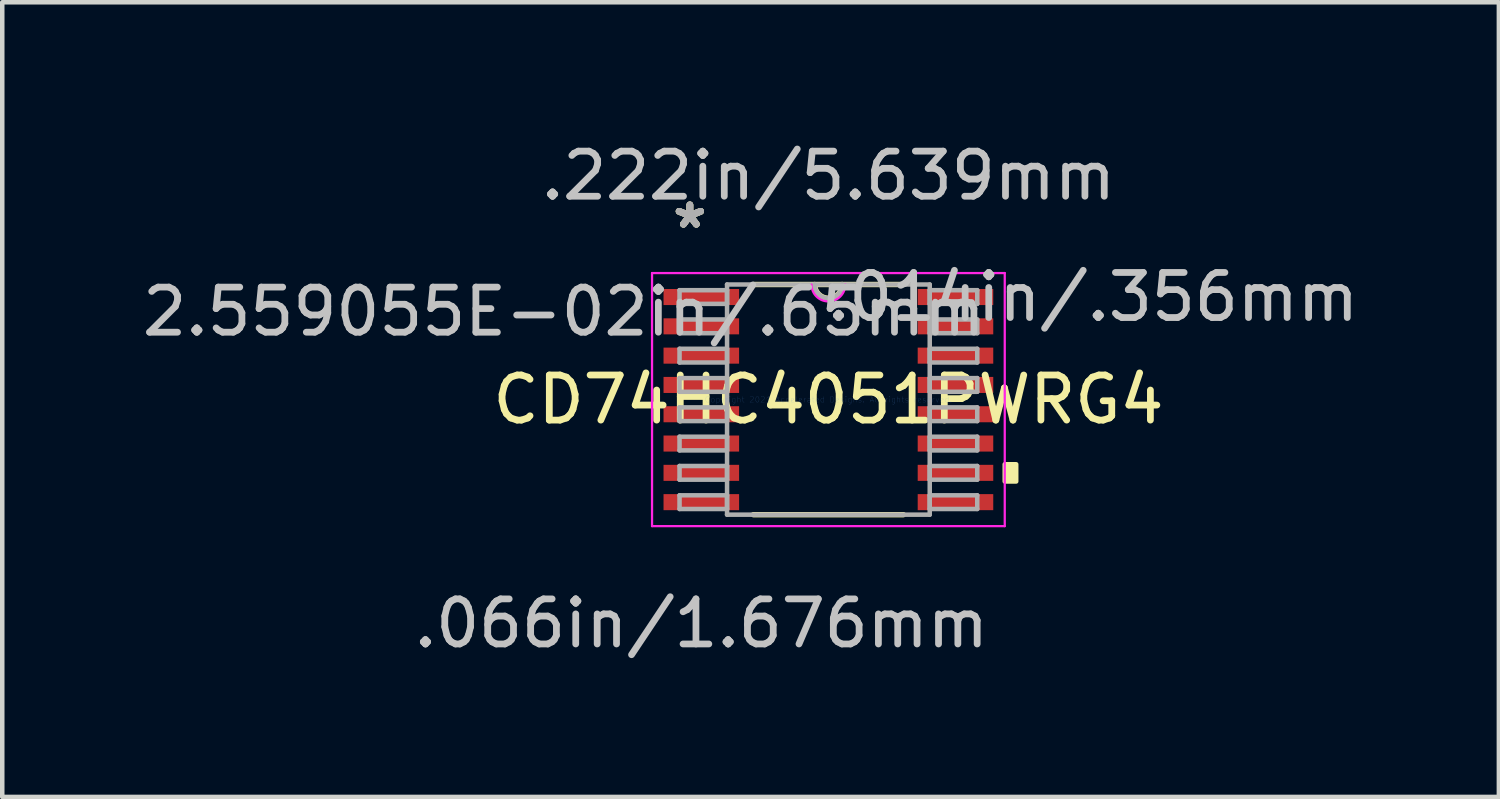
<source format=kicad_pcb>
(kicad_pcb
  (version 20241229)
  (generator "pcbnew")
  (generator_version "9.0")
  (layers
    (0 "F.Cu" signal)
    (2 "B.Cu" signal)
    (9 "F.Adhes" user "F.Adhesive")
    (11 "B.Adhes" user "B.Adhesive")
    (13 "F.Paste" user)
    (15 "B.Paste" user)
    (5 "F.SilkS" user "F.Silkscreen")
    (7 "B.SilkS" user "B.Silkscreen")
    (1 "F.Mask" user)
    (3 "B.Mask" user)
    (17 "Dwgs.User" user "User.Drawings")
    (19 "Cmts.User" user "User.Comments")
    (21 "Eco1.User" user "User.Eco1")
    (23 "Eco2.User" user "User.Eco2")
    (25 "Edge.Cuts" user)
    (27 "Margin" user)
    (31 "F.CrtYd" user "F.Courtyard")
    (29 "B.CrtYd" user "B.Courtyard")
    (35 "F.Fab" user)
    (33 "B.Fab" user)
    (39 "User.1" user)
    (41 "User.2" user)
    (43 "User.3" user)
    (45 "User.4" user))
  (footprint "CD74HC4051PWRG4"
    (layer "F.Cu")
    (at 15.326 5.814)
    (property "Reference" "CD74HC4051PWRG4" (at 0 0 0) (layer "F.SilkS") (effects (font (size 1 1) (thickness 0.15))))
    (attr through_hole)
    (fp_line (start -1.664 2.553) (end 1.664 2.553) (stroke (width 0.12) (type solid)) (layer "F.SilkS"))
    (fp_line (start 1.664 -2.553) (end -1.664 -2.553) (stroke (width 0.12) (type solid)) (layer "F.SilkS"))
    (fp_arc (start 0.3048 -2.5527) (mid 0 -2.2479) (end -0.3048 -2.5527) (stroke (width 0.12) (type solid)) (layer "F.SilkS"))
    (fp_poly (pts (xy 4.166 1.435) (xy 4.166 1.816) (xy 3.912 1.816) (xy 3.912 1.435)) (stroke (width 0.1) (type solid)) (fill yes) (layer "F.SilkS"))
    (fp_line (start -3.912 -2.807) (end 3.912 -2.807) (stroke (width 0.05) (type solid)) (layer "F.CrtYd"))
    (fp_line (start -3.912 2.807) (end -3.912 -2.807) (stroke (width 0.05) (type solid)) (layer "F.CrtYd"))
    (fp_line (start 3.912 -2.807) (end 3.912 2.807) (stroke (width 0.05) (type solid)) (layer "F.CrtYd"))
    (fp_line (start 3.912 2.807) (end -3.912 2.807) (stroke (width 0.05) (type solid)) (layer "F.CrtYd"))
    (fp_arc (start 0.37465 -2.5527) (mid 0 -2.17805) (end -0.37465 -2.5527) (stroke (width 0.05) (type solid)) (layer "F.CrtYd"))
    (fp_line (start -3.302 -2.427) (end -3.302 -2.123) (stroke (width 0.1) (type solid)) (layer "F.Fab"))
    (fp_line (start -3.302 -2.123) (end -2.248 -2.123) (stroke (width 0.1) (type solid)) (layer "F.Fab"))
    (fp_line (start -3.302 -1.777) (end -3.302 -1.473) (stroke (width 0.1) (type solid)) (layer "F.Fab"))
    (fp_line (start -3.302 -1.473) (end -2.248 -1.473) (stroke (width 0.1) (type solid)) (layer "F.Fab"))
    (fp_line (start -3.302 -1.127) (end -3.302 -0.823) (stroke (width 0.1) (type solid)) (layer "F.Fab"))
    (fp_line (start -3.302 -0.823) (end -2.248 -0.823) (stroke (width 0.1) (type solid)) (layer "F.Fab"))
    (fp_line (start -3.302 -0.477) (end -3.302 -0.173) (stroke (width 0.1) (type solid)) (layer "F.Fab"))
    (fp_line (start -3.302 -0.173) (end -2.248 -0.173) (stroke (width 0.1) (type solid)) (layer "F.Fab"))
    (fp_line (start -3.302 0.173) (end -3.302 0.477) (stroke (width 0.1) (type solid)) (layer "F.Fab"))
    (fp_line (start -3.302 0.477) (end -2.248 0.477) (stroke (width 0.1) (type solid)) (layer "F.Fab"))
    (fp_line (start -3.302 0.823) (end -3.302 1.127) (stroke (width 0.1) (type solid)) (layer "F.Fab"))
    (fp_line (start -3.302 1.127) (end -2.248 1.127) (stroke (width 0.1) (type solid)) (layer "F.Fab"))
    (fp_line (start -3.302 1.473) (end -3.302 1.777) (stroke (width 0.1) (type solid)) (layer "F.Fab"))
    (fp_line (start -3.302 1.777) (end -2.248 1.777) (stroke (width 0.1) (type solid)) (layer "F.Fab"))
    (fp_line (start -3.302 2.123) (end -3.302 2.427) (stroke (width 0.1) (type solid)) (layer "F.Fab"))
    (fp_line (start -3.302 2.427) (end -2.248 2.427) (stroke (width 0.1) (type solid)) (layer "F.Fab"))
    (fp_line (start -2.248 -2.553) (end -2.248 2.553) (stroke (width 0.1) (type solid)) (layer "F.Fab"))
    (fp_line (start -2.248 -2.427) (end -3.302 -2.427) (stroke (width 0.1) (type solid)) (layer "F.Fab"))
    (fp_line (start -2.248 -2.123) (end -2.248 -2.427) (stroke (width 0.1) (type solid)) (layer "F.Fab"))
    (fp_line (start -2.248 -1.777) (end -3.302 -1.777) (stroke (width 0.1) (type solid)) (layer "F.Fab"))
    (fp_line (start -2.248 -1.473) (end -2.248 -1.777) (stroke (width 0.1) (type solid)) (layer "F.Fab"))
    (fp_line (start -2.248 -1.127) (end -3.302 -1.127) (stroke (width 0.1) (type solid)) (layer "F.Fab"))
    (fp_line (start -2.248 -0.823) (end -2.248 -1.127) (stroke (width 0.1) (type solid)) (layer "F.Fab"))
    (fp_line (start -2.248 -0.477) (end -3.302 -0.477) (stroke (width 0.1) (type solid)) (layer "F.Fab"))
    (fp_line (start -2.248 -0.173) (end -2.248 -0.477) (stroke (width 0.1) (type solid)) (layer "F.Fab"))
    (fp_line (start -2.248 0.173) (end -3.302 0.173) (stroke (width 0.1) (type solid)) (layer "F.Fab"))
    (fp_line (start -2.248 0.477) (end -2.248 0.173) (stroke (width 0.1) (type solid)) (layer "F.Fab"))
    (fp_line (start -2.248 0.823) (end -3.302 0.823) (stroke (width 0.1) (type solid)) (layer "F.Fab"))
    (fp_line (start -2.248 1.127) (end -2.248 0.823) (stroke (width 0.1) (type solid)) (layer "F.Fab"))
    (fp_line (start -2.248 1.473) (end -3.302 1.473) (stroke (width 0.1) (type solid)) (layer "F.Fab"))
    (fp_line (start -2.248 1.777) (end -2.248 1.473) (stroke (width 0.1) (type solid)) (layer "F.Fab"))
    (fp_line (start -2.248 2.123) (end -3.302 2.123) (stroke (width 0.1) (type solid)) (layer "F.Fab"))
    (fp_line (start -2.248 2.427) (end -2.248 2.123) (stroke (width 0.1) (type solid)) (layer "F.Fab"))
    (fp_line (start -2.248 2.553) (end 2.248 2.553) (stroke (width 0.1) (type solid)) (layer "F.Fab"))
    (fp_line (start 2.248 -2.553) (end -2.248 -2.553) (stroke (width 0.1) (type solid)) (layer "F.Fab"))
    (fp_line (start 2.248 -2.427) (end 2.248 -2.123) (stroke (width 0.1) (type solid)) (layer "F.Fab"))
    (fp_line (start 2.248 -2.123) (end 3.302 -2.123) (stroke (width 0.1) (type solid)) (layer "F.Fab"))
    (fp_line (start 2.248 -1.777) (end 2.248 -1.473) (stroke (width 0.1) (type solid)) (layer "F.Fab"))
    (fp_line (start 2.248 -1.473) (end 3.302 -1.473) (stroke (width 0.1) (type solid)) (layer "F.Fab"))
    (fp_line (start 2.248 -1.127) (end 2.248 -0.823) (stroke (width 0.1) (type solid)) (layer "F.Fab"))
    (fp_line (start 2.248 -0.823) (end 3.302 -0.823) (stroke (width 0.1) (type solid)) (layer "F.Fab"))
    (fp_line (start 2.248 -0.477) (end 2.248 -0.173) (stroke (width 0.1) (type solid)) (layer "F.Fab"))
    (fp_line (start 2.248 -0.173) (end 3.302 -0.173) (stroke (width 0.1) (type solid)) (layer "F.Fab"))
    (fp_line (start 2.248 0.173) (end 2.248 0.477) (stroke (width 0.1) (type solid)) (layer "F.Fab"))
    (fp_line (start 2.248 0.477) (end 3.302 0.477) (stroke (width 0.1) (type solid)) (layer "F.Fab"))
    (fp_line (start 2.248 0.823) (end 2.248 1.127) (stroke (width 0.1) (type solid)) (layer "F.Fab"))
    (fp_line (start 2.248 1.127) (end 3.302 1.127) (stroke (width 0.1) (type solid)) (layer "F.Fab"))
    (fp_line (start 2.248 1.473) (end 2.248 1.777) (stroke (width 0.1) (type solid)) (layer "F.Fab"))
    (fp_line (start 2.248 1.777) (end 3.302 1.777) (stroke (width 0.1) (type solid)) (layer "F.Fab"))
    (fp_line (start 2.248 2.123) (end 2.248 2.427) (stroke (width 0.1) (type solid)) (layer "F.Fab"))
    (fp_line (start 2.248 2.427) (end 3.302 2.427) (stroke (width 0.1) (type solid)) (layer "F.Fab"))
    (fp_line (start 2.248 2.553) (end 2.248 -2.553) (stroke (width 0.1) (type solid)) (layer "F.Fab"))
    (fp_line (start 3.302 -2.427) (end 2.248 -2.427) (stroke (width 0.1) (type solid)) (layer "F.Fab"))
    (fp_line (start 3.302 -2.123) (end 3.302 -2.427) (stroke (width 0.1) (type solid)) (layer "F.Fab"))
    (fp_line (start 3.302 -1.777) (end 2.248 -1.777) (stroke (width 0.1) (type solid)) (layer "F.Fab"))
    (fp_line (start 3.302 -1.473) (end 3.302 -1.777) (stroke (width 0.1) (type solid)) (layer "F.Fab"))
    (fp_line (start 3.302 -1.127) (end 2.248 -1.127) (stroke (width 0.1) (type solid)) (layer "F.Fab"))
    (fp_line (start 3.302 -0.823) (end 3.302 -1.127) (stroke (width 0.1) (type solid)) (layer "F.Fab"))
    (fp_line (start 3.302 -0.477) (end 2.248 -0.477) (stroke (width 0.1) (type solid)) (layer "F.Fab"))
    (fp_line (start 3.302 -0.173) (end 3.302 -0.477) (stroke (width 0.1) (type solid)) (layer "F.Fab"))
    (fp_line (start 3.302 0.173) (end 2.248 0.173) (stroke (width 0.1) (type solid)) (layer "F.Fab"))
    (fp_line (start 3.302 0.477) (end 3.302 0.173) (stroke (width 0.1) (type solid)) (layer "F.Fab"))
    (fp_line (start 3.302 0.823) (end 2.248 0.823) (stroke (width 0.1) (type solid)) (layer "F.Fab"))
    (fp_line (start 3.302 1.127) (end 3.302 0.823) (stroke (width 0.1) (type solid)) (layer "F.Fab"))
    (fp_line (start 3.302 1.473) (end 2.248 1.473) (stroke (width 0.1) (type solid)) (layer "F.Fab"))
    (fp_line (start 3.302 1.777) (end 3.302 1.473) (stroke (width 0.1) (type solid)) (layer "F.Fab"))
    (fp_line (start 3.302 2.123) (end 2.248 2.123) (stroke (width 0.1) (type solid)) (layer "F.Fab"))
    (fp_line (start 3.302 2.427) (end 3.302 2.123) (stroke (width 0.1) (type solid)) (layer "F.Fab"))
    (fp_arc (start 0.3048 -2.5527) (mid 0 -2.2479) (end -0.3048 -2.5527) (stroke (width 0.1) (type solid)) (layer "F.Fab"))
    (fp_text user "*" (at -3.073 -3.774 0) (layer "F.SilkS") (effects (font (size 1 1) (thickness 0.15))))
    (fp_text user "*" (at -3.073 -3.774 0) (layer "F.SilkS") (effects (font (size 1 1) (thickness 0.15))))
    (fp_text user ".014in/.356mm" (at 5.867 -2.275 0) (layer "Dwgs.User") (effects (font (size 1 1) (thickness 0.15))))
    (fp_text user ".066in/1.676mm" (at -2.819 4.966 0) (layer "Dwgs.User") (effects (font (size 1 1) (thickness 0.15))))
    (fp_text user "2.559055E-02in/.65mm" (at -5.867 -1.95 0) (layer "Dwgs.User") (effects (font (size 1 1) (thickness 0.15))))
    (fp_text user ".222in/5.639mm" (at 0 -4.966 0) (layer "Dwgs.User") (effects (font (size 1 1) (thickness 0.15))))
    (fp_text user "Copyright 2021 Accelerated Designs. All rights reserved." (at 0 0 0) (layer "Cmts.User") (effects (font (size 0.127 0.127) (thickness 0.002))))
    (fp_text user "*" (at -3.073 -3.774 0) (layer "F.Fab") (effects (font (size 1 1) (thickness 0.15))))
    (fp_text user "*" (at -3.073 -3.774 0) (layer "F.Fab") (effects (font (size 1 1) (thickness 0.15))))
    (pad "1" smd rect (at -2.819 -2.275) (size 1.676 0.356) (layers "F.Cu" "F.Mask" "F.Paste"))
    (pad "2" smd rect (at -2.819 -1.625) (size 1.676 0.356) (layers "F.Cu" "F.Mask" "F.Paste"))
    (pad "3" smd rect (at -2.819 -0.975) (size 1.676 0.356) (layers "F.Cu" "F.Mask" "F.Paste"))
    (pad "4" smd rect (at -2.819 -0.325) (size 1.676 0.356) (layers "F.Cu" "F.Mask" "F.Paste"))
    (pad "5" smd rect (at -2.819 0.325) (size 1.676 0.356) (layers "F.Cu" "F.Mask" "F.Paste"))
    (pad "6" smd rect (at -2.819 0.975) (size 1.676 0.356) (layers "F.Cu" "F.Mask" "F.Paste"))
    (pad "7" smd rect (at -2.819 1.625) (size 1.676 0.356) (layers "F.Cu" "F.Mask" "F.Paste"))
    (pad "8" smd rect (at -2.819 2.275) (size 1.676 0.356) (layers "F.Cu" "F.Mask" "F.Paste"))
    (pad "9" smd rect (at 2.819 2.275) (size 1.676 0.356) (layers "F.Cu" "F.Mask" "F.Paste"))
    (pad "10" smd rect (at 2.819 1.625) (size 1.676 0.356) (layers "F.Cu" "F.Mask" "F.Paste"))
    (pad "11" smd rect (at 2.819 0.975) (size 1.676 0.356) (layers "F.Cu" "F.Mask" "F.Paste"))
    (pad "12" smd rect (at 2.819 0.325) (size 1.676 0.356) (layers "F.Cu" "F.Mask" "F.Paste"))
    (pad "13" smd rect (at 2.819 -0.325) (size 1.676 0.356) (layers "F.Cu" "F.Mask" "F.Paste"))
    (pad "14" smd rect (at 2.819 -0.975) (size 1.676 0.356) (layers "F.Cu" "F.Mask" "F.Paste"))
    (pad "15" smd rect (at 2.819 -1.625) (size 1.676 0.356) (layers "F.Cu" "F.Mask" "F.Paste"))
    (pad "16" smd rect (at 2.819 -2.275) (size 1.676 0.356) (layers "F.Cu" "F.Mask" "F.Paste")))
  (gr_rect
    (start -3 -3)
    (end 30.199 14.628)
    (stroke (width 0.1) (type default))
    (fill no)
    (layer "Edge.Cuts")))
</source>
